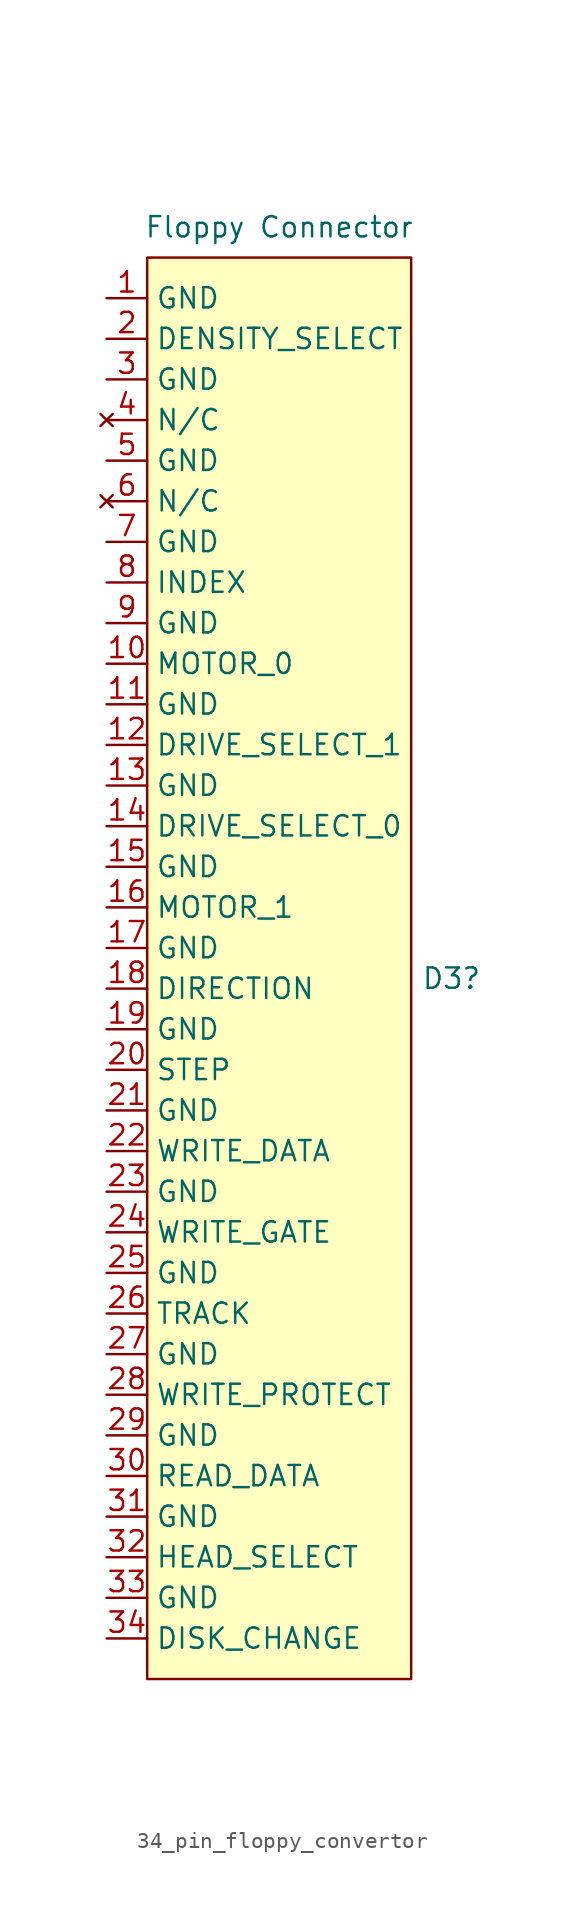
<source format=kicad_sym>
(kicad_symbol_lib
  (version 20220914)
  (generator kicad_symbol_editor)
  (symbol "34_pin_floppy_convertor"
    (property "Reference" "D3"
      (at 8.255 0.635 0)
      (effects (font (size 1.27 1.27)) (justify left)))
    (property "Value" "Floppy Connector"
      (at -0.635 47.625 0)
      (effects (font (size 1.27 1.27))))
    (symbol "34_pin_floppy_convertor_0_0"
      (pin power_in line (at -11.43 43.18 0) (length 2.54) (name "GND" (effects (font (size 1.27 1.27)))) (number "1" (effects (font (size 1.27 1.27)))))
      (pin output line (at -11.43 20.32 0) (length 2.54) (name "MOTOR_0" (effects (font (size 1.27 1.27)))) (number "10" (effects (font (size 1.27 1.27)))))
      (pin power_in line (at -11.43 17.78 0) (length 2.54) (name "GND" (effects (font (size 1.27 1.27)))) (number "11" (effects (font (size 1.27 1.27)))))
      (pin output line (at -11.43 15.24 0) (length 2.54) (name "DRIVE_SELECT_1" (effects (font (size 1.27 1.27)))) (number "12" (effects (font (size 1.27 1.27)))))
      (pin power_in line (at -11.43 12.7 0) (length 2.54) (name "GND" (effects (font (size 1.27 1.27)))) (number "13" (effects (font (size 1.27 1.27)))))
      (pin output line (at -11.43 10.16 0) (length 2.54) (name "DRIVE_SELECT_0" (effects (font (size 1.27 1.27)))) (number "14" (effects (font (size 1.27 1.27)))))
      (pin power_in line (at -11.43 7.62 0) (length 2.54) (name "GND" (effects (font (size 1.27 1.27)))) (number "15" (effects (font (size 1.27 1.27)))))
      (pin output line (at -11.43 5.08 0) (length 2.54) (name "MOTOR_1" (effects (font (size 1.27 1.27)))) (number "16" (effects (font (size 1.27 1.27)))))
      (pin power_in line (at -11.43 2.54 0) (length 2.54) (name "GND" (effects (font (size 1.27 1.27)))) (number "17" (effects (font (size 1.27 1.27)))))
      (pin output line (at -11.43 0 0) (length 2.54) (name "DIRECTION" (effects (font (size 1.27 1.27)))) (number "18" (effects (font (size 1.27 1.27)))))
      (pin power_in line (at -11.43 -2.54 0) (length 2.54) (name "GND" (effects (font (size 1.27 1.27)))) (number "19" (effects (font (size 1.27 1.27)))))
      (pin output line (at -11.43 40.64 0) (length 2.54) (name "DENSITY_SELECT" (effects (font (size 1.27 1.27)))) (number "2" (effects (font (size 1.27 1.27)))))
      (pin output line (at -11.43 -5.08 0) (length 2.54) (name "STEP" (effects (font (size 1.27 1.27)))) (number "20" (effects (font (size 1.27 1.27)))))
      (pin power_in line (at -11.43 -7.62 0) (length 2.54) (name "GND" (effects (font (size 1.27 1.27)))) (number "21" (effects (font (size 1.27 1.27)))))
      (pin output line (at -11.43 -10.16 0) (length 2.54) (name "WRITE_DATA" (effects (font (size 1.27 1.27)))) (number "22" (effects (font (size 1.27 1.27)))))
      (pin power_in line (at -11.43 -12.7 0) (length 2.54) (name "GND" (effects (font (size 1.27 1.27)))) (number "23" (effects (font (size 1.27 1.27)))))
      (pin output line (at -11.43 -15.24 0) (length 2.54) (name "WRITE_GATE" (effects (font (size 1.27 1.27)))) (number "24" (effects (font (size 1.27 1.27)))))
      (pin power_in line (at -11.43 -17.78 0) (length 2.54) (name "GND" (effects (font (size 1.27 1.27)))) (number "25" (effects (font (size 1.27 1.27)))))
      (pin input line (at -11.43 -20.32 0) (length 2.54) (name "TRACK" (effects (font (size 1.27 1.27)))) (number "26" (effects (font (size 1.27 1.27)))))
      (pin power_in line (at -11.43 -22.86 0) (length 2.54) (name "GND" (effects (font (size 1.27 1.27)))) (number "27" (effects (font (size 1.27 1.27)))))
      (pin input line (at -11.43 -25.4 0) (length 2.54) (name "WRITE_PROTECT" (effects (font (size 1.27 1.27)))) (number "28" (effects (font (size 1.27 1.27)))))
      (pin power_in line (at -11.43 -27.94 0) (length 2.54) (name "GND" (effects (font (size 1.27 1.27)))) (number "29" (effects (font (size 1.27 1.27)))))
      (pin power_in line (at -11.43 38.1 0) (length 2.54) (name "GND" (effects (font (size 1.27 1.27)))) (number "3" (effects (font (size 1.27 1.27)))))
      (pin input line (at -11.43 -30.48 0) (length 2.54) (name "READ_DATA" (effects (font (size 1.27 1.27)))) (number "30" (effects (font (size 1.27 1.27)))))
      (pin power_in line (at -11.43 -33.02 0) (length 2.54) (name "GND" (effects (font (size 1.27 1.27)))) (number "31" (effects (font (size 1.27 1.27)))))
      (pin output line (at -11.43 -35.56 0) (length 2.54) (name "HEAD_SELECT" (effects (font (size 1.27 1.27)))) (number "32" (effects (font (size 1.27 1.27)))))
      (pin power_in line (at -11.43 -38.1 0) (length 2.54) (name "GND" (effects (font (size 1.27 1.27)))) (number "33" (effects (font (size 1.27 1.27)))))
      (pin input line (at -11.43 -40.64 0) (length 2.54) (name "DISK_CHANGE" (effects (font (size 1.27 1.27)))) (number "34" (effects (font (size 1.27 1.27)))))
      (pin no_connect line (at -11.43 35.56 0) (length 2.54) (name "N/C" (effects (font (size 1.27 1.27)))) (number "4" (effects (font (size 1.27 1.27)))))
      (pin power_in line (at -11.43 33.02 0) (length 2.54) (name "GND" (effects (font (size 1.27 1.27)))) (number "5" (effects (font (size 1.27 1.27)))))
      (pin no_connect line (at -11.43 30.48 0) (length 2.54) (name "N/C" (effects (font (size 1.27 1.27)))) (number "6" (effects (font (size 1.27 1.27)))))
      (pin power_in line (at -11.43 27.94 0) (length 2.54) (name "GND" (effects (font (size 1.27 1.27)))) (number "7" (effects (font (size 1.27 1.27)))))
      (pin input line (at -11.43 25.4 0) (length 2.54) (name "INDEX" (effects (font (size 1.27 1.27)))) (number "8" (effects (font (size 1.27 1.27)))))
      (pin power_in line (at -11.43 22.86 0) (length 2.54) (name "GND" (effects (font (size 1.27 1.27)))) (number "9" (effects (font (size 1.27 1.27))))))
    (symbol "34_pin_floppy_convertor_1_1"
      (rectangle (start -8.89 45.72) (end 7.62 -43.18) (stroke (width 0) (type default)) (fill (type background))))))
</source>
